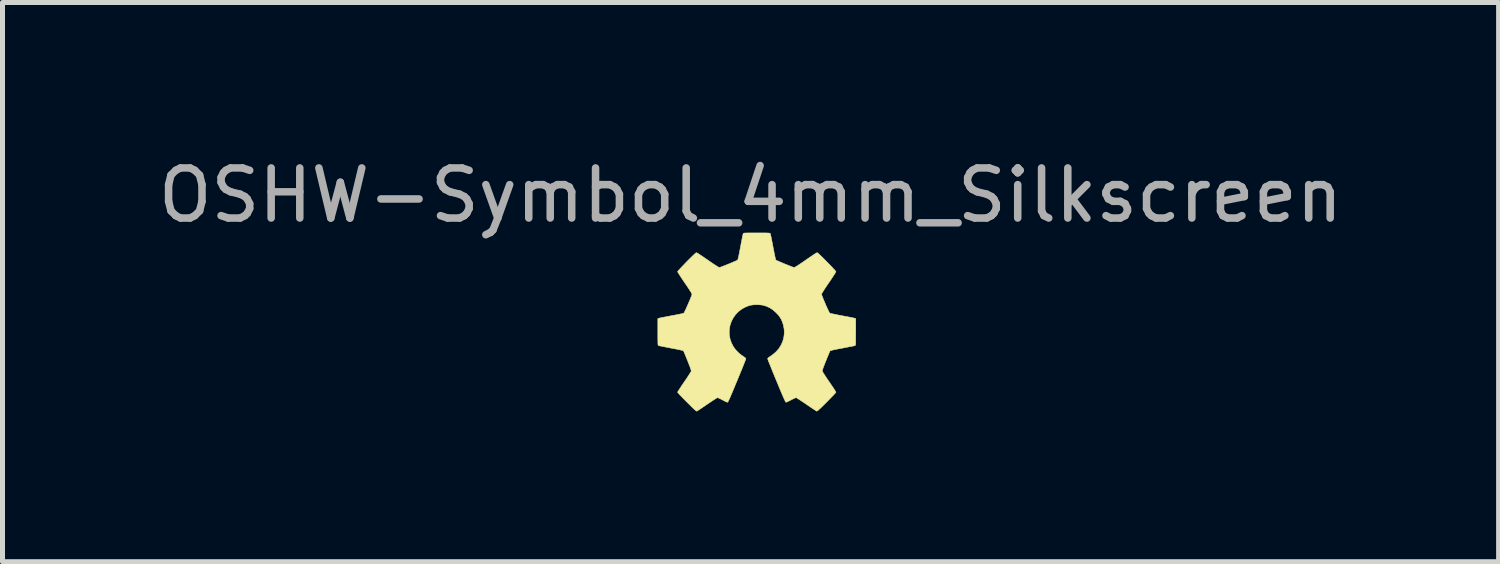
<source format=kicad_pcb>
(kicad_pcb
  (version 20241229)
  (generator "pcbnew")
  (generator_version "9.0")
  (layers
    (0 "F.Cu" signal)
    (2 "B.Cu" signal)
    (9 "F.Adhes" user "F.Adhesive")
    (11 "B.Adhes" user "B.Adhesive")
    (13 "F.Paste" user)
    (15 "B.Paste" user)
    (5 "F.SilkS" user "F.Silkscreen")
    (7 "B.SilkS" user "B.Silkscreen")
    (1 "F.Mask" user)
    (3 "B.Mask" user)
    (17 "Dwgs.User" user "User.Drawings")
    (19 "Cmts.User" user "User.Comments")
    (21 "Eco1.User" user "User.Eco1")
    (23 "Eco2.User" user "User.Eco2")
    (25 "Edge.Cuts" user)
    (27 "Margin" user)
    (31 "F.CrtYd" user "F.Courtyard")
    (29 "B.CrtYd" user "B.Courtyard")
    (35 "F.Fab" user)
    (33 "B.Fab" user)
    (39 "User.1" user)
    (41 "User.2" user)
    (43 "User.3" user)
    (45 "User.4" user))
  (footprint "OSHW-Symbol_4mm_Silkscreen"
    (layer "F.Cu")
    (at 12.055 3.378)
    (property "Reference" "OSHW-Symbol_4mm_Silkscreen" (at -0.12 -2.53 0) (layer "F.Fab") (effects (font (size 1 1) (thickness 0.15))))
    (attr exclude_from_pos_files exclude_from_bom)
    (fp_poly (pts (xy 0.07 -1.778) (xy 0.124 -1.778) (xy 0.167 -1.778) (xy 0.201 -1.777) (xy 0.226 -1.776) (xy 0.245 -1.775) (xy 0.257 -1.774) (xy 0.265 -1.772) (xy 0.27 -1.77) (xy 0.273 -1.767) (xy 0.274 -1.765) (xy 0.277 -1.756) (xy 0.281 -1.735) (xy 0.288 -1.704) (xy 0.296 -1.664) (xy 0.305 -1.617) (xy 0.316 -1.565) (xy 0.326 -1.509) (xy 0.328 -1.499) (xy 0.339 -1.443) (xy 0.349 -1.39) (xy 0.359 -1.343) (xy 0.367 -1.303) (xy 0.374 -1.271) (xy 0.38 -1.249) (xy 0.383 -1.239) (xy 0.384 -1.238) (xy 0.392 -1.233) (xy 0.412 -1.223) (xy 0.44 -1.211) (xy 0.474 -1.196) (xy 0.513 -1.18) (xy 0.554 -1.162) (xy 0.596 -1.145) (xy 0.637 -1.129) (xy 0.674 -1.114) (xy 0.706 -1.102) (xy 0.731 -1.093) (xy 0.746 -1.089) (xy 0.749 -1.088) (xy 0.758 -1.091) (xy 0.776 -1.1) (xy 0.803 -1.116) (xy 0.839 -1.139) (xy 0.884 -1.169) (xy 0.94 -1.207) (xy 0.972 -1.229) (xy 1.028 -1.268) (xy 1.074 -1.299) (xy 1.111 -1.325) (xy 1.141 -1.344) (xy 1.163 -1.359) (xy 1.18 -1.37) (xy 1.192 -1.377) (xy 1.2 -1.38) (xy 1.206 -1.382) (xy 1.21 -1.382) (xy 1.214 -1.381) (xy 1.215 -1.381) (xy 1.224 -1.375) (xy 1.24 -1.361) (xy 1.263 -1.339) (xy 1.291 -1.312) (xy 1.323 -1.281) (xy 1.357 -1.247) (xy 1.393 -1.21) (xy 1.43 -1.173) (xy 1.465 -1.137) (xy 1.498 -1.103) (xy 1.527 -1.071) (xy 1.552 -1.045) (xy 1.57 -1.024) (xy 1.581 -1.01) (xy 1.584 -1.005) (xy 1.58 -0.997) (xy 1.57 -0.979) (xy 1.554 -0.952) (xy 1.532 -0.919) (xy 1.506 -0.879) (xy 1.477 -0.835) (xy 1.445 -0.788) (xy 1.44 -0.782) (xy 1.397 -0.718) (xy 1.362 -0.665) (xy 1.334 -0.622) (xy 1.314 -0.589) (xy 1.301 -0.567) (xy 1.297 -0.556) (xy 1.297 -0.555) (xy 1.299 -0.543) (xy 1.307 -0.522) (xy 1.318 -0.492) (xy 1.332 -0.456) (xy 1.349 -0.416) (xy 1.367 -0.374) (xy 1.385 -0.331) (xy 1.404 -0.29) (xy 1.421 -0.253) (xy 1.436 -0.221) (xy 1.448 -0.196) (xy 1.457 -0.181) (xy 1.461 -0.176) (xy 1.47 -0.173) (xy 1.491 -0.168) (xy 1.523 -0.161) (xy 1.562 -0.153) (xy 1.609 -0.143) (xy 1.66 -0.133) (xy 1.711 -0.124) (xy 1.767 -0.113) (xy 1.818 -0.104) (xy 1.864 -0.095) (xy 1.903 -0.087) (xy 1.934 -0.08) (xy 1.955 -0.076) (xy 1.963 -0.073) (xy 1.979 -0.067) (xy 1.979 0.2) (xy 1.978 0.267) (xy 1.978 0.321) (xy 1.978 0.365) (xy 1.978 0.4) (xy 1.977 0.425) (xy 1.976 0.444) (xy 1.974 0.457) (xy 1.972 0.465) (xy 1.97 0.469) (xy 1.967 0.471) (xy 1.967 0.471) (xy 1.958 0.474) (xy 1.937 0.478) (xy 1.906 0.485) (xy 1.867 0.492) (xy 1.821 0.501) (xy 1.77 0.511) (xy 1.715 0.522) (xy 1.648 0.534) (xy 1.593 0.545) (xy 1.55 0.554) (xy 1.516 0.561) (xy 1.492 0.568) (xy 1.477 0.573) (xy 1.468 0.577) (xy 1.466 0.578) (xy 1.462 0.587) (xy 1.453 0.607) (xy 1.441 0.636) (xy 1.426 0.672) (xy 1.408 0.714) (xy 1.39 0.761) (xy 1.383 0.776) (xy 1.359 0.838) (xy 1.339 0.889) (xy 1.325 0.928) (xy 1.316 0.956) (xy 1.312 0.974) (xy 1.312 0.981) (xy 1.316 0.991) (xy 1.327 1.01) (xy 1.344 1.037) (xy 1.366 1.071) (xy 1.392 1.111) (xy 1.422 1.155) (xy 1.449 1.195) (xy 1.481 1.241) (xy 1.509 1.283) (xy 1.535 1.321) (xy 1.556 1.354) (xy 1.571 1.379) (xy 1.581 1.396) (xy 1.584 1.402) (xy 1.58 1.41) (xy 1.566 1.425) (xy 1.546 1.448) (xy 1.519 1.476) (xy 1.486 1.51) (xy 1.449 1.548) (xy 1.409 1.589) (xy 1.398 1.6) (xy 1.35 1.648) (xy 1.31 1.687) (xy 1.278 1.718) (xy 1.252 1.742) (xy 1.233 1.76) (xy 1.218 1.771) (xy 1.208 1.778) (xy 1.202 1.781) (xy 1.199 1.78) (xy 1.191 1.776) (xy 1.173 1.764) (xy 1.147 1.747) (xy 1.113 1.725) (xy 1.075 1.699) (xy 1.031 1.669) (xy 0.993 1.643) (xy 0.948 1.612) (xy 0.905 1.584) (xy 0.867 1.559) (xy 0.835 1.538) (xy 0.81 1.523) (xy 0.794 1.513) (xy 0.787 1.511) (xy 0.777 1.514) (xy 0.757 1.522) (xy 0.731 1.535) (xy 0.7 1.55) (xy 0.686 1.558) (xy 0.654 1.574) (xy 0.626 1.588) (xy 0.603 1.598) (xy 0.589 1.602) (xy 0.586 1.603) (xy 0.582 1.6) (xy 0.577 1.591) (xy 0.569 1.576) (xy 0.558 1.553) (xy 0.544 1.523) (xy 0.527 1.484) (xy 0.506 1.436) (xy 0.482 1.378) (xy 0.453 1.31) (xy 0.42 1.23) (xy 0.397 1.174) (xy 0.367 1.102) (xy 0.339 1.034) (xy 0.313 0.97) (xy 0.29 0.912) (xy 0.269 0.86) (xy 0.251 0.816) (xy 0.237 0.78) (xy 0.227 0.754) (xy 0.222 0.738) (xy 0.221 0.735) (xy 0.226 0.722) (xy 0.242 0.708) (xy 0.249 0.703) (xy 0.268 0.691) (xy 0.293 0.673) (xy 0.319 0.654) (xy 0.325 0.65) (xy 0.39 0.594) (xy 0.445 0.531) (xy 0.489 0.461) (xy 0.522 0.387) (xy 0.543 0.308) (xy 0.553 0.227) (xy 0.55 0.145) (xy 0.535 0.062) (xy 0.512 -0.008) (xy 0.491 -0.054) (xy 0.466 -0.095) (xy 0.436 -0.136) (xy 0.396 -0.178) (xy 0.388 -0.187) (xy 0.328 -0.24) (xy 0.267 -0.281) (xy 0.2 -0.312) (xy 0.15 -0.329) (xy 0.103 -0.339) (xy 0.047 -0.344) (xy -0.012 -0.345) (xy -0.07 -0.342) (xy -0.122 -0.334) (xy -0.144 -0.329) (xy -0.222 -0.299) (xy -0.295 -0.259) (xy -0.361 -0.209) (xy -0.418 -0.15) (xy -0.466 -0.083) (xy -0.504 -0.01) (xy -0.53 0.068) (xy -0.535 0.09) (xy -0.546 0.174) (xy -0.544 0.257) (xy -0.53 0.338) (xy -0.503 0.416) (xy -0.466 0.49) (xy -0.417 0.557) (xy -0.358 0.618) (xy -0.319 0.65) (xy -0.293 0.668) (xy -0.267 0.687) (xy -0.246 0.701) (xy -0.242 0.703) (xy -0.224 0.718) (xy -0.214 0.731) (xy -0.214 0.735) (xy -0.216 0.743) (xy -0.224 0.762) (xy -0.235 0.792) (xy -0.251 0.831) (xy -0.269 0.878) (xy -0.291 0.933) (xy -0.316 0.993) (xy -0.343 1.059) (xy -0.372 1.129) (xy -0.39 1.174) (xy -0.427 1.261) (xy -0.458 1.337) (xy -0.485 1.401) (xy -0.508 1.455) (xy -0.527 1.5) (xy -0.543 1.535) (xy -0.556 1.562) (xy -0.565 1.582) (xy -0.572 1.595) (xy -0.577 1.602) (xy -0.579 1.603) (xy -0.589 1.6) (xy -0.609 1.593) (xy -0.635 1.581) (xy -0.665 1.565) (xy -0.679 1.558) (xy -0.711 1.541) (xy -0.74 1.527) (xy -0.763 1.517) (xy -0.777 1.511) (xy -0.78 1.511) (xy -0.789 1.514) (xy -0.807 1.525) (xy -0.833 1.541) (xy -0.866 1.562) (xy -0.905 1.588) (xy -0.948 1.617) (xy -0.987 1.643) (xy -1.032 1.674) (xy -1.075 1.703) (xy -1.113 1.729) (xy -1.145 1.75) (xy -1.17 1.766) (xy -1.186 1.777) (xy -1.193 1.78) (xy -1.197 1.78) (xy -1.205 1.776) (xy -1.217 1.767) (xy -1.233 1.754) (xy -1.255 1.734) (xy -1.283 1.707) (xy -1.318 1.672) (xy -1.361 1.63) (xy -1.391 1.6) (xy -1.433 1.558) (xy -1.47 1.52) (xy -1.504 1.485) (xy -1.533 1.455) (xy -1.555 1.43) (xy -1.57 1.413) (xy -1.577 1.403) (xy -1.577 1.402) (xy -1.574 1.394) (xy -1.563 1.377) (xy -1.547 1.351) (xy -1.525 1.318) (xy -1.5 1.279) (xy -1.471 1.236) (xy -1.443 1.195) (xy -1.411 1.149) (xy -1.382 1.106) (xy -1.357 1.067) (xy -1.335 1.033) (xy -1.319 1.007) (xy -1.308 0.989) (xy -1.305 0.981) (xy -1.306 0.97) (xy -1.312 0.948) (xy -1.323 0.916) (xy -1.339 0.873) (xy -1.36 0.819) (xy -1.377 0.776) (xy -1.396 0.729) (xy -1.414 0.685) (xy -1.429 0.647) (xy -1.443 0.615) (xy -1.453 0.592) (xy -1.459 0.58) (xy -1.46 0.578) (xy -1.465 0.574) (xy -1.478 0.57) (xy -1.498 0.564) (xy -1.527 0.558) (xy -1.566 0.549) (xy -1.615 0.539) (xy -1.677 0.528) (xy -1.708 0.522) (xy -1.764 0.511) (xy -1.815 0.501) (xy -1.861 0.492) (xy -1.9 0.484) (xy -1.931 0.478) (xy -1.951 0.474) (xy -1.96 0.471) (xy -1.963 0.469) (xy -1.965 0.465) (xy -1.967 0.458) (xy -1.969 0.446) (xy -1.97 0.428) (xy -1.971 0.403) (xy -1.971 0.37) (xy -1.972 0.327) (xy -1.972 0.274) (xy -1.972 0.209) (xy -1.972 -0.067) (xy -1.957 -0.073) (xy -1.947 -0.076) (xy -1.925 -0.081) (xy -1.894 -0.087) (xy -1.854 -0.095) (xy -1.808 -0.104) (xy -1.756 -0.114) (xy -1.705 -0.124) (xy -1.65 -0.134) (xy -1.598 -0.144) (xy -1.552 -0.153) (xy -1.513 -0.161) (xy -1.483 -0.168) (xy -1.463 -0.174) (xy -1.454 -0.176) (xy -1.448 -0.185) (xy -1.438 -0.204) (xy -1.424 -0.231) (xy -1.408 -0.265) (xy -1.391 -0.304) (xy -1.372 -0.346) (xy -1.354 -0.389) (xy -1.336 -0.43) (xy -1.32 -0.469) (xy -1.307 -0.503) (xy -1.297 -0.53) (xy -1.291 -0.549) (xy -1.29 -0.555) (xy -1.294 -0.566) (xy -1.306 -0.588) (xy -1.326 -0.62) (xy -1.353 -0.662) (xy -1.388 -0.715) (xy -1.431 -0.777) (xy -1.434 -0.782) (xy -1.466 -0.829) (xy -1.496 -0.874) (xy -1.522 -0.914) (xy -1.544 -0.948) (xy -1.562 -0.976) (xy -1.573 -0.995) (xy -1.577 -1.005) (xy -1.577 -1.005) (xy -1.573 -1.013) (xy -1.56 -1.028) (xy -1.54 -1.05) (xy -1.514 -1.078) (xy -1.484 -1.11) (xy -1.45 -1.145) (xy -1.415 -1.182) (xy -1.379 -1.219) (xy -1.343 -1.255) (xy -1.308 -1.289) (xy -1.277 -1.319) (xy -1.25 -1.345) (xy -1.229 -1.364) (xy -1.214 -1.377) (xy -1.209 -1.381) (xy -1.205 -1.382) (xy -1.201 -1.382) (xy -1.195 -1.381) (xy -1.188 -1.378) (xy -1.177 -1.372) (xy -1.162 -1.363) (xy -1.141 -1.349) (xy -1.114 -1.331) (xy -1.079 -1.308) (xy -1.036 -1.278) (xy -0.983 -1.242) (xy -0.965 -1.229) (xy -0.904 -1.187) (xy -0.853 -1.153) (xy -0.813 -1.127) (xy -0.782 -1.107) (xy -0.759 -1.095) (xy -0.746 -1.089) (xy -0.742 -1.088) (xy -0.732 -1.091) (xy -0.711 -1.098) (xy -0.682 -1.109) (xy -0.646 -1.123) (xy -0.607 -1.138) (xy -0.565 -1.155) (xy -0.523 -1.172) (xy -0.483 -1.189) (xy -0.447 -1.205) (xy -0.416 -1.218) (xy -0.393 -1.229) (xy -0.379 -1.236) (xy -0.377 -1.238) (xy -0.374 -1.246) (xy -0.369 -1.266) (xy -0.362 -1.296) (xy -0.353 -1.335) (xy -0.344 -1.381) (xy -0.334 -1.433) (xy -0.323 -1.489) (xy -0.321 -1.499) (xy -0.311 -1.556) (xy -0.3 -1.609) (xy -0.291 -1.657) (xy -0.283 -1.698) (xy -0.276 -1.73) (xy -0.271 -1.753) (xy -0.267 -1.764) (xy -0.267 -1.765) (xy -0.265 -1.768) (xy -0.261 -1.771) (xy -0.255 -1.773) (xy -0.245 -1.775) (xy -0.23 -1.776) (xy -0.208 -1.777) (xy -0.179 -1.777) (xy -0.14 -1.778) (xy -0.091 -1.778) (xy -0.031 -1.778) (xy 0.003 -1.778) (xy 0.07 -1.778)) (stroke (width 0.01) (type solid)) (fill yes) (layer "F.SilkS")))
  (gr_rect
    (start -3 -3)
    (end 26.869 8.164)
    (stroke (width 0.1) (type default))
    (fill no)
    (layer "Edge.Cuts")))
</source>
